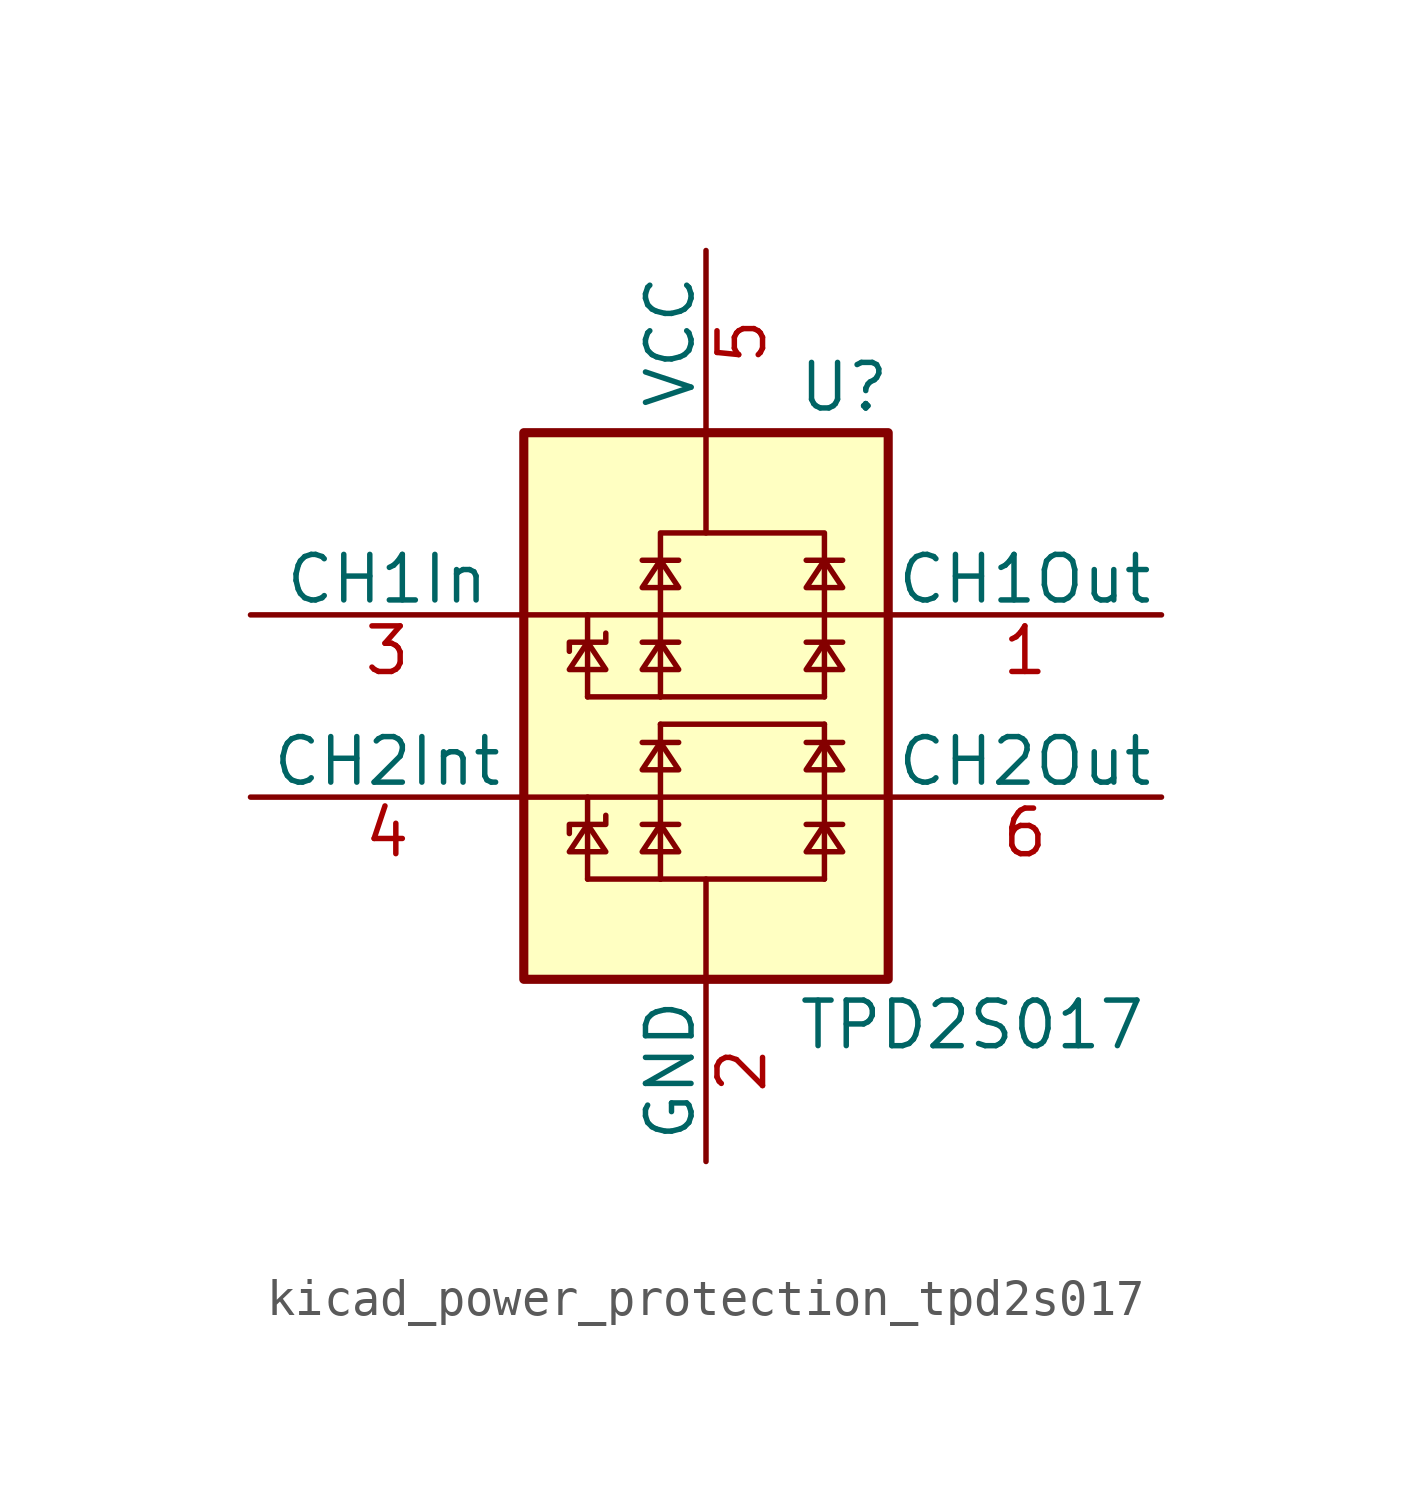
<source format=kicad_sym>
(kicad_symbol_lib
  (version 20220914)
  (generator kicad_symbol_editor)
  (symbol "kicad_power_protection_tpd2s017"
    (pin_names
      (offset 0))
    (property "Reference" "U"
      (at 2.54 8.89 0)
      (effects (font (size 1.27 1.27)) (justify left)))
    (property "Value" "TPD2S017"
      (at 2.54 -8.89 0)
      (effects (font (size 1.27 1.27)) (justify left)))
    (symbol "kicad_power_protection_tpd2s017_0_1"
      (rectangle (start -5.08 7.62) (end 5.08 -7.62) (stroke (width 0.254) (type default)) (fill (type background)))
      (polyline (pts (xy 0 4.826) (xy 0 7.62)) (stroke (width 0) (type default)) (fill (type none)))
      (polyline (pts (xy -5.08 -2.54) (xy 5.08 -2.54) (xy 5.08 -2.54)) (stroke (width 0) (type default)) (fill (type none)))
      (polyline (pts (xy -5.08 2.54) (xy 5.08 2.54) (xy 5.08 2.54)) (stroke (width 0) (type default)) (fill (type none)))
      (polyline (pts (xy -3.302 -4.826) (xy -1.27 -4.826) (xy -1.27 -4.826)) (stroke (width 0) (type default)) (fill (type none)))
      (polyline (pts (xy -3.302 -3.302) (xy -3.302 -2.54) (xy -3.302 -2.54)) (stroke (width 0) (type default)) (fill (type none)))
      (polyline (pts (xy -3.302 0.254) (xy -3.302 1.778) (xy -3.302 1.016)) (stroke (width 0) (type default)) (fill (type none)))
      (polyline (pts (xy -3.302 0.254) (xy -1.27 0.254) (xy -1.27 0.254)) (stroke (width 0) (type default)) (fill (type none)))
      (polyline (pts (xy -3.302 1.778) (xy -3.302 2.54) (xy -3.302 2.54)) (stroke (width 0) (type default)) (fill (type none)))
      (polyline (pts (xy -1.778 -3.302) (xy -1.27 -3.302) (xy -0.762 -3.302)) (stroke (width 0) (type default)) (fill (type none)))
      (polyline (pts (xy -1.778 -1.016) (xy -1.27 -1.016) (xy -0.762 -1.016)) (stroke (width 0) (type default)) (fill (type none)))
      (polyline (pts (xy -1.778 1.778) (xy -1.27 1.778) (xy -0.762 1.778)) (stroke (width 0) (type default)) (fill (type none)))
      (polyline (pts (xy -1.778 4.064) (xy -1.27 4.064) (xy -0.762 4.064)) (stroke (width 0) (type default)) (fill (type none)))
      (polyline (pts (xy -1.27 -4.826) (xy -1.27 -3.302) (xy -1.27 -4.064)) (stroke (width 0) (type default)) (fill (type none)))
      (polyline (pts (xy -1.27 -4.826) (xy 3.302 -4.826) (xy 3.302 -4.826)) (stroke (width 0) (type default)) (fill (type none)))
      (polyline (pts (xy -1.27 -1.016) (xy -1.27 -0.508) (xy -1.27 -0.508)) (stroke (width 0) (type default)) (fill (type none)))
      (polyline (pts (xy -1.27 -0.508) (xy 3.302 -0.508) (xy 3.302 -0.508)) (stroke (width 0) (type default)) (fill (type none)))
      (polyline (pts (xy -1.27 0.254) (xy -1.27 1.778) (xy -1.27 1.016)) (stroke (width 0) (type default)) (fill (type none)))
      (polyline (pts (xy -1.27 0.254) (xy 3.302 0.254) (xy 3.302 0.254)) (stroke (width 0) (type default)) (fill (type none)))
      (polyline (pts (xy 0 -7.62) (xy 0 -4.826) (xy 0 -4.826)) (stroke (width 0) (type default)) (fill (type none)))
      (polyline (pts (xy 2.794 -3.302) (xy 3.302 -3.302) (xy 3.81 -3.302)) (stroke (width 0) (type default)) (fill (type none)))
      (polyline (pts (xy 2.794 -1.016) (xy 3.302 -1.016) (xy 3.81 -1.016)) (stroke (width 0) (type default)) (fill (type none)))
      (polyline (pts (xy 2.794 1.778) (xy 3.302 1.778) (xy 3.81 1.778)) (stroke (width 0) (type default)) (fill (type none)))
      (polyline (pts (xy 2.794 4.064) (xy 3.302 4.064) (xy 3.81 4.064)) (stroke (width 0) (type default)) (fill (type none)))
      (polyline (pts (xy 3.302 -1.016) (xy 3.302 -0.508) (xy 3.302 -0.508)) (stroke (width 0) (type default)) (fill (type none)))
      (polyline (pts (xy -3.302 -4.826) (xy -3.302 -3.302) (xy -3.302 -4.064) (xy -3.302 -4.064)) (stroke (width 0) (type default)) (fill (type none)))
      (polyline (pts (xy 3.302 -4.826) (xy 3.302 -3.302) (xy 3.302 -4.064) (xy 3.302 -4.064)) (stroke (width 0) (type default)) (fill (type none)))
      (polyline (pts (xy 3.302 0.254) (xy 3.302 1.778) (xy 3.302 1.016) (xy 3.302 1.016)) (stroke (width 0) (type default)) (fill (type none)))
      (polyline (pts (xy -3.302 -3.302) (xy -3.81 -4.064) (xy -2.794 -4.064) (xy -3.302 -3.302) (xy -3.302 -3.302)) (stroke (width 0) (type default)) (fill (type none)))
      (polyline (pts (xy -3.302 1.778) (xy -3.81 1.016) (xy -2.794 1.016) (xy -3.302 1.778) (xy -3.302 1.778)) (stroke (width 0) (type default)) (fill (type none)))
      (polyline (pts (xy -2.794 -3.048) (xy -2.794 -3.302) (xy -3.81 -3.302) (xy -3.81 -3.556) (xy -3.81 -3.556)) (stroke (width 0) (type default)) (fill (type none)))
      (polyline (pts (xy -2.794 2.032) (xy -2.794 1.778) (xy -3.81 1.778) (xy -3.81 1.524) (xy -3.81 1.524)) (stroke (width 0) (type default)) (fill (type none)))
      (polyline (pts (xy -1.27 -3.302) (xy -1.778 -4.064) (xy -0.762 -4.064) (xy -1.27 -3.302) (xy -1.27 -3.302)) (stroke (width 0) (type default)) (fill (type none)))
      (polyline (pts (xy -1.27 -3.302) (xy -1.27 -1.016) (xy -1.27 -1.778) (xy -1.27 -1.778) (xy -1.27 -1.778)) (stroke (width 0) (type default)) (fill (type none)))
      (polyline (pts (xy -1.27 -1.016) (xy -1.778 -1.778) (xy -0.762 -1.778) (xy -1.27 -1.016) (xy -1.27 -1.016)) (stroke (width 0) (type default)) (fill (type none)))
      (polyline (pts (xy -1.27 1.778) (xy -1.778 1.016) (xy -0.762 1.016) (xy -1.27 1.778) (xy -1.27 1.778)) (stroke (width 0) (type default)) (fill (type none)))
      (polyline (pts (xy -1.27 1.778) (xy -1.27 4.064) (xy -1.27 3.302) (xy -1.27 3.302) (xy -1.27 3.302)) (stroke (width 0) (type default)) (fill (type none)))
      (polyline (pts (xy -1.27 4.064) (xy -1.778 3.302) (xy -0.762 3.302) (xy -1.27 4.064) (xy -1.27 4.064)) (stroke (width 0) (type default)) (fill (type none)))
      (polyline (pts (xy -1.27 4.064) (xy -1.27 4.826) (xy 3.302 4.826) (xy 3.302 4.064) (xy 3.302 4.064)) (stroke (width 0) (type default)) (fill (type none)))
      (polyline (pts (xy 3.302 -3.302) (xy 2.794 -4.064) (xy 3.81 -4.064) (xy 3.302 -3.302) (xy 3.302 -3.302)) (stroke (width 0) (type default)) (fill (type none)))
      (polyline (pts (xy 3.302 -3.302) (xy 3.302 -1.016) (xy 3.302 -1.778) (xy 3.302 -1.778) (xy 3.302 -1.778)) (stroke (width 0) (type default)) (fill (type none)))
      (polyline (pts (xy 3.302 -1.016) (xy 2.794 -1.778) (xy 3.81 -1.778) (xy 3.302 -1.016) (xy 3.302 -1.016)) (stroke (width 0) (type default)) (fill (type none)))
      (polyline (pts (xy 3.302 1.778) (xy 2.794 1.016) (xy 3.81 1.016) (xy 3.302 1.778) (xy 3.302 1.778)) (stroke (width 0) (type default)) (fill (type none)))
      (polyline (pts (xy 3.302 1.778) (xy 3.302 4.064) (xy 3.302 3.302) (xy 3.302 3.302) (xy 3.302 3.302)) (stroke (width 0) (type default)) (fill (type none)))
      (polyline (pts (xy 3.302 4.064) (xy 2.794 3.302) (xy 3.81 3.302) (xy 3.302 4.064) (xy 3.302 4.064)) (stroke (width 0) (type default)) (fill (type none))))
    (symbol "kicad_power_protection_tpd2s017_1_1"
      (pin passive line (at 12.7 2.54 180) (length 7.62) (name "CH1Out" (effects (font (size 1.27 1.27)))) (number "1" (effects (font (size 1.27 1.27)))))
      (pin power_in line (at 0 -12.7 90) (length 5.08) (name "GND" (effects (font (size 1.27 1.27)))) (number "2" (effects (font (size 1.27 1.27)))))
      (pin passive line (at -12.7 2.54 0) (length 7.62) (name "CH1In" (effects (font (size 1.27 1.27)))) (number "3" (effects (font (size 1.27 1.27)))))
      (pin passive line (at -12.7 -2.54 0) (length 7.62) (name "CH2Int" (effects (font (size 1.27 1.27)))) (number "4" (effects (font (size 1.27 1.27)))))
      (pin power_in line (at 0 12.7 270) (length 5.08) (name "VCC" (effects (font (size 1.27 1.27)))) (number "5" (effects (font (size 1.27 1.27)))))
      (pin passive line (at 12.7 -2.54 180) (length 7.62) (name "CH2Out" (effects (font (size 1.27 1.27)))) (number "6" (effects (font (size 1.27 1.27))))))))
</source>
